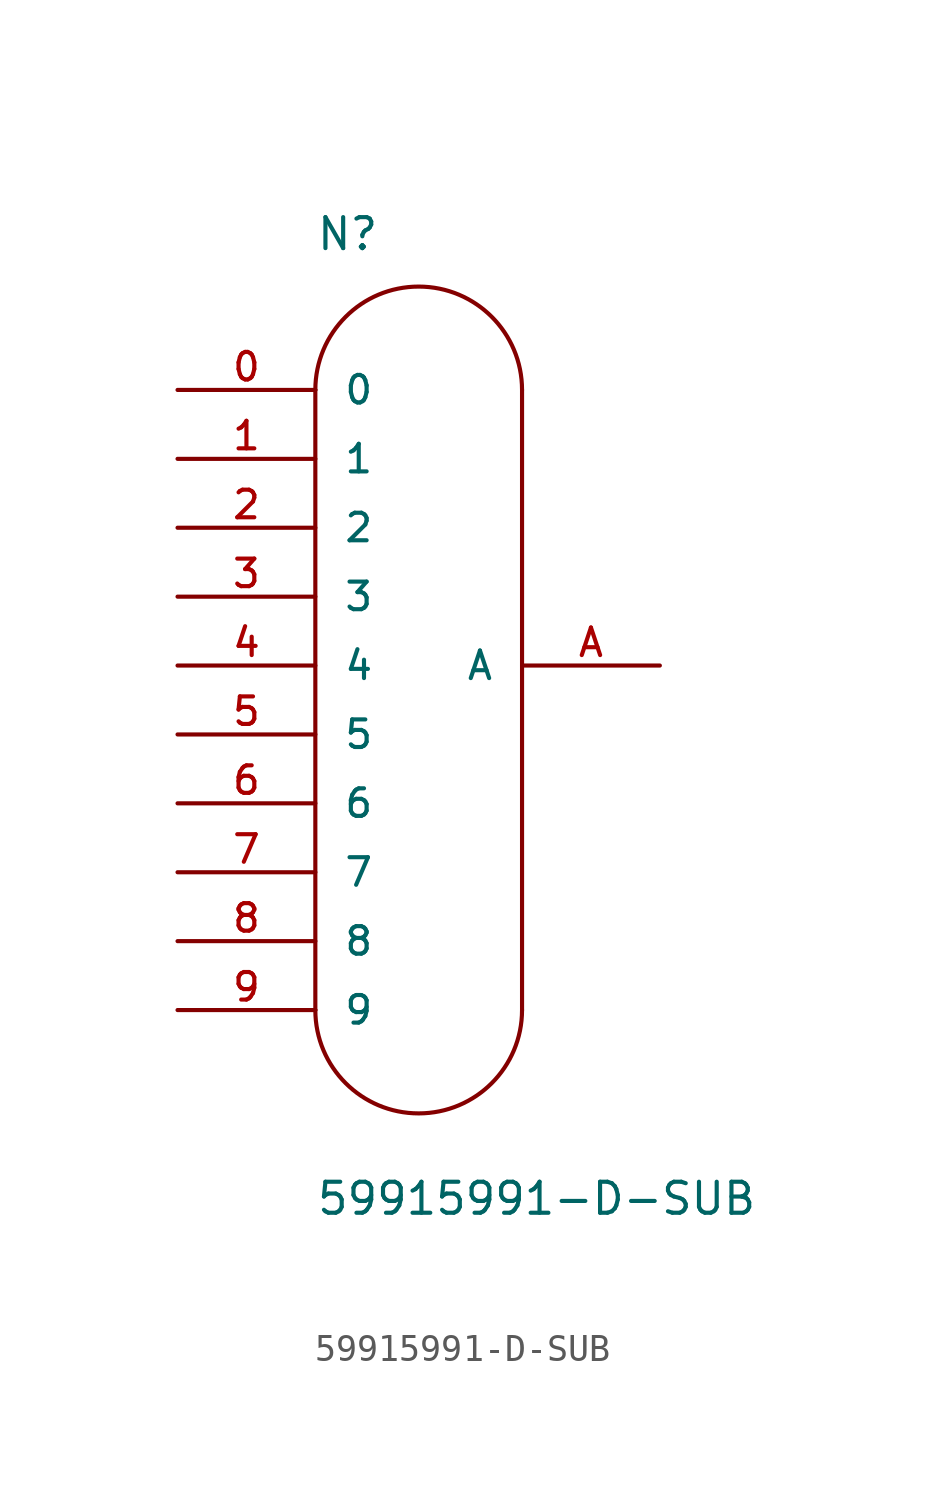
<source format=kicad_sym>
(kicad_symbol_lib
  (version 20241209)
  (generator "kicad_symbol_editor")
  (generator_version "9.0")
  (symbol "59915991-D-SUB"
    (pin_names
      (offset 1.016))
    (property "Reference" "N"
      (at -22.86 12.7 0)
      (effects (font (size 1.143 1.143)) (justify left bottom)))
    (property "Value" "59915991-D-SUB"
      (at -22.86 -22.86 0)
      (effects (font (size 1.143 1.143)) (justify left bottom)))
    (property "ki_locked" ""
      (at 0 0 0)
      (effects (font (size 1.27 1.27))))
    (symbol "59915991-D-SUB_1_0"
      (polyline (pts (xy -22.86 7.62) (xy -22.86 -15.24)) (stroke (width 0) (type default)) (fill (type none)))
      (polyline (pts (xy -15.24 7.62) (xy -15.24 -15.24)) (stroke (width 0) (type default)) (fill (type none))))
    (symbol "59915991-D-SUB_1_1"
      (arc (start -22.86 7.62) (mid -19.05 11.4133) (end -15.24 7.62) (stroke (width 0) (type default)) (fill (type none)))
      (arc (start -15.24 -15.24) (mid -19.05 -19.0333) (end -22.86 -15.24) (stroke (width 0) (type default)) (fill (type none)))
      (pin passive line (at -27.94 7.62 0) (length 5.08) (name "0" (effects (font (size 1.016 1.016)))) (number "0" (effects (font (size 1.016 1.016)))))
      (pin passive line (at -27.94 5.08 0) (length 5.08) (name "1" (effects (font (size 1.016 1.016)))) (number "1" (effects (font (size 1.016 1.016)))))
      (pin passive line (at -27.94 2.54 0) (length 5.08) (name "2" (effects (font (size 1.016 1.016)))) (number "2" (effects (font (size 1.016 1.016)))))
      (pin passive line (at -27.94 0 0) (length 5.08) (name "3" (effects (font (size 1.016 1.016)))) (number "3" (effects (font (size 1.016 1.016)))))
      (pin passive line (at -27.94 -2.54 0) (length 5.08) (name "4" (effects (font (size 1.016 1.016)))) (number "4" (effects (font (size 1.016 1.016)))))
      (pin passive line (at -27.94 -5.08 0) (length 5.08) (name "5" (effects (font (size 1.016 1.016)))) (number "5" (effects (font (size 1.016 1.016)))))
      (pin passive line (at -27.94 -7.62 0) (length 5.08) (name "6" (effects (font (size 1.016 1.016)))) (number "6" (effects (font (size 1.016 1.016)))))
      (pin passive line (at -27.94 -10.16 0) (length 5.08) (name "7" (effects (font (size 1.016 1.016)))) (number "7" (effects (font (size 1.016 1.016)))))
      (pin passive line (at -27.94 -12.7 0) (length 5.08) (name "8" (effects (font (size 1.016 1.016)))) (number "8" (effects (font (size 1.016 1.016)))))
      (pin passive line (at -27.94 -15.24 0) (length 5.08) (name "9" (effects (font (size 1.016 1.016)))) (number "9" (effects (font (size 1.016 1.016)))))
      (pin passive line (at -10.16 -2.54 180) (length 5.08) (name "A" (effects (font (size 1.016 1.016)))) (number "A" (effects (font (size 1.016 1.016))))))))
</source>
